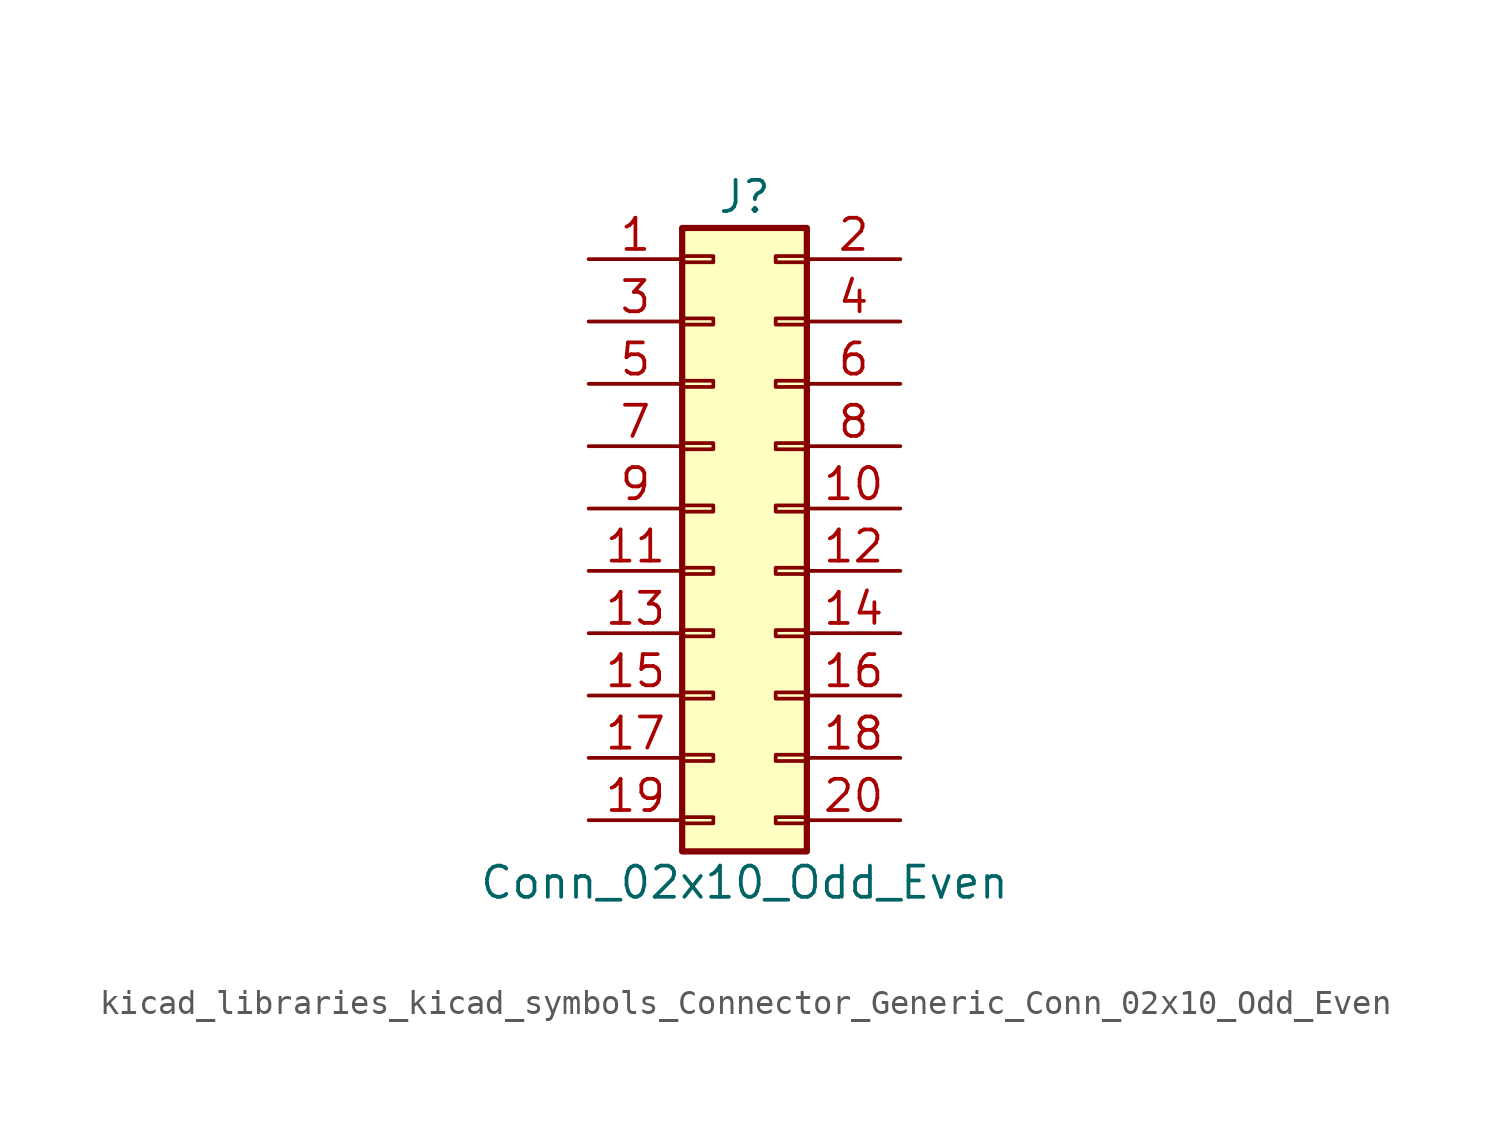
<source format=kicad_sym>
(kicad_symbol_lib
  (version 20220914)
  (generator kicad_symbol_editor)
  (symbol "kicad_libraries_kicad_symbols_Connector_Generic_Conn_02x10_Odd_Even"
    (pin_names
      (offset 1.016) hide)
    (property "Reference" "J"
      (at 1.27 12.7 0)
      (effects (font (size 1.27 1.27))))
    (property "Value" "Conn_02x10_Odd_Even"
      (at 1.27 -15.24 0)
      (effects (font (size 1.27 1.27))))
    (symbol "kicad_libraries_kicad_symbols_Connector_Generic_Conn_02x10_Odd_Even_1_1"
      (rectangle (start -1.27 -12.573) (end 0 -12.827) (stroke (width 0.152) (type default)) (fill (type none)))
      (rectangle (start -1.27 -10.033) (end 0 -10.287) (stroke (width 0.152) (type default)) (fill (type none)))
      (rectangle (start -1.27 -7.493) (end 0 -7.747) (stroke (width 0.152) (type default)) (fill (type none)))
      (rectangle (start -1.27 -4.953) (end 0 -5.207) (stroke (width 0.152) (type default)) (fill (type none)))
      (rectangle (start -1.27 -2.413) (end 0 -2.667) (stroke (width 0.152) (type default)) (fill (type none)))
      (rectangle (start -1.27 0.127) (end 0 -0.127) (stroke (width 0.152) (type default)) (fill (type none)))
      (rectangle (start -1.27 2.667) (end 0 2.413) (stroke (width 0.152) (type default)) (fill (type none)))
      (rectangle (start -1.27 5.207) (end 0 4.953) (stroke (width 0.152) (type default)) (fill (type none)))
      (rectangle (start -1.27 7.747) (end 0 7.493) (stroke (width 0.152) (type default)) (fill (type none)))
      (rectangle (start -1.27 10.287) (end 0 10.033) (stroke (width 0.152) (type default)) (fill (type none)))
      (rectangle (start -1.27 11.43) (end 3.81 -13.97) (stroke (width 0.254) (type default)) (fill (type background)))
      (rectangle (start 3.81 -12.573) (end 2.54 -12.827) (stroke (width 0.152) (type default)) (fill (type none)))
      (rectangle (start 3.81 -10.033) (end 2.54 -10.287) (stroke (width 0.152) (type default)) (fill (type none)))
      (rectangle (start 3.81 -7.493) (end 2.54 -7.747) (stroke (width 0.152) (type default)) (fill (type none)))
      (rectangle (start 3.81 -4.953) (end 2.54 -5.207) (stroke (width 0.152) (type default)) (fill (type none)))
      (rectangle (start 3.81 -2.413) (end 2.54 -2.667) (stroke (width 0.152) (type default)) (fill (type none)))
      (rectangle (start 3.81 0.127) (end 2.54 -0.127) (stroke (width 0.152) (type default)) (fill (type none)))
      (rectangle (start 3.81 2.667) (end 2.54 2.413) (stroke (width 0.152) (type default)) (fill (type none)))
      (rectangle (start 3.81 5.207) (end 2.54 4.953) (stroke (width 0.152) (type default)) (fill (type none)))
      (rectangle (start 3.81 7.747) (end 2.54 7.493) (stroke (width 0.152) (type default)) (fill (type none)))
      (rectangle (start 3.81 10.287) (end 2.54 10.033) (stroke (width 0.152) (type default)) (fill (type none)))
      (pin passive line (at -5.08 10.16 0) (length 3.81) (name "Pin_1" (effects (font (size 1.27 1.27)))) (number "1" (effects (font (size 1.27 1.27)))))
      (pin passive line (at 7.62 0 180) (length 3.81) (name "Pin_10" (effects (font (size 1.27 1.27)))) (number "10" (effects (font (size 1.27 1.27)))))
      (pin passive line (at -5.08 -2.54 0) (length 3.81) (name "Pin_11" (effects (font (size 1.27 1.27)))) (number "11" (effects (font (size 1.27 1.27)))))
      (pin passive line (at 7.62 -2.54 180) (length 3.81) (name "Pin_12" (effects (font (size 1.27 1.27)))) (number "12" (effects (font (size 1.27 1.27)))))
      (pin passive line (at -5.08 -5.08 0) (length 3.81) (name "Pin_13" (effects (font (size 1.27 1.27)))) (number "13" (effects (font (size 1.27 1.27)))))
      (pin passive line (at 7.62 -5.08 180) (length 3.81) (name "Pin_14" (effects (font (size 1.27 1.27)))) (number "14" (effects (font (size 1.27 1.27)))))
      (pin passive line (at -5.08 -7.62 0) (length 3.81) (name "Pin_15" (effects (font (size 1.27 1.27)))) (number "15" (effects (font (size 1.27 1.27)))))
      (pin passive line (at 7.62 -7.62 180) (length 3.81) (name "Pin_16" (effects (font (size 1.27 1.27)))) (number "16" (effects (font (size 1.27 1.27)))))
      (pin passive line (at -5.08 -10.16 0) (length 3.81) (name "Pin_17" (effects (font (size 1.27 1.27)))) (number "17" (effects (font (size 1.27 1.27)))))
      (pin passive line (at 7.62 -10.16 180) (length 3.81) (name "Pin_18" (effects (font (size 1.27 1.27)))) (number "18" (effects (font (size 1.27 1.27)))))
      (pin passive line (at -5.08 -12.7 0) (length 3.81) (name "Pin_19" (effects (font (size 1.27 1.27)))) (number "19" (effects (font (size 1.27 1.27)))))
      (pin passive line (at 7.62 10.16 180) (length 3.81) (name "Pin_2" (effects (font (size 1.27 1.27)))) (number "2" (effects (font (size 1.27 1.27)))))
      (pin passive line (at 7.62 -12.7 180) (length 3.81) (name "Pin_20" (effects (font (size 1.27 1.27)))) (number "20" (effects (font (size 1.27 1.27)))))
      (pin passive line (at -5.08 7.62 0) (length 3.81) (name "Pin_3" (effects (font (size 1.27 1.27)))) (number "3" (effects (font (size 1.27 1.27)))))
      (pin passive line (at 7.62 7.62 180) (length 3.81) (name "Pin_4" (effects (font (size 1.27 1.27)))) (number "4" (effects (font (size 1.27 1.27)))))
      (pin passive line (at -5.08 5.08 0) (length 3.81) (name "Pin_5" (effects (font (size 1.27 1.27)))) (number "5" (effects (font (size 1.27 1.27)))))
      (pin passive line (at 7.62 5.08 180) (length 3.81) (name "Pin_6" (effects (font (size 1.27 1.27)))) (number "6" (effects (font (size 1.27 1.27)))))
      (pin passive line (at -5.08 2.54 0) (length 3.81) (name "Pin_7" (effects (font (size 1.27 1.27)))) (number "7" (effects (font (size 1.27 1.27)))))
      (pin passive line (at 7.62 2.54 180) (length 3.81) (name "Pin_8" (effects (font (size 1.27 1.27)))) (number "8" (effects (font (size 1.27 1.27)))))
      (pin passive line (at -5.08 0 0) (length 3.81) (name "Pin_9" (effects (font (size 1.27 1.27)))) (number "9" (effects (font (size 1.27 1.27))))))))
</source>
